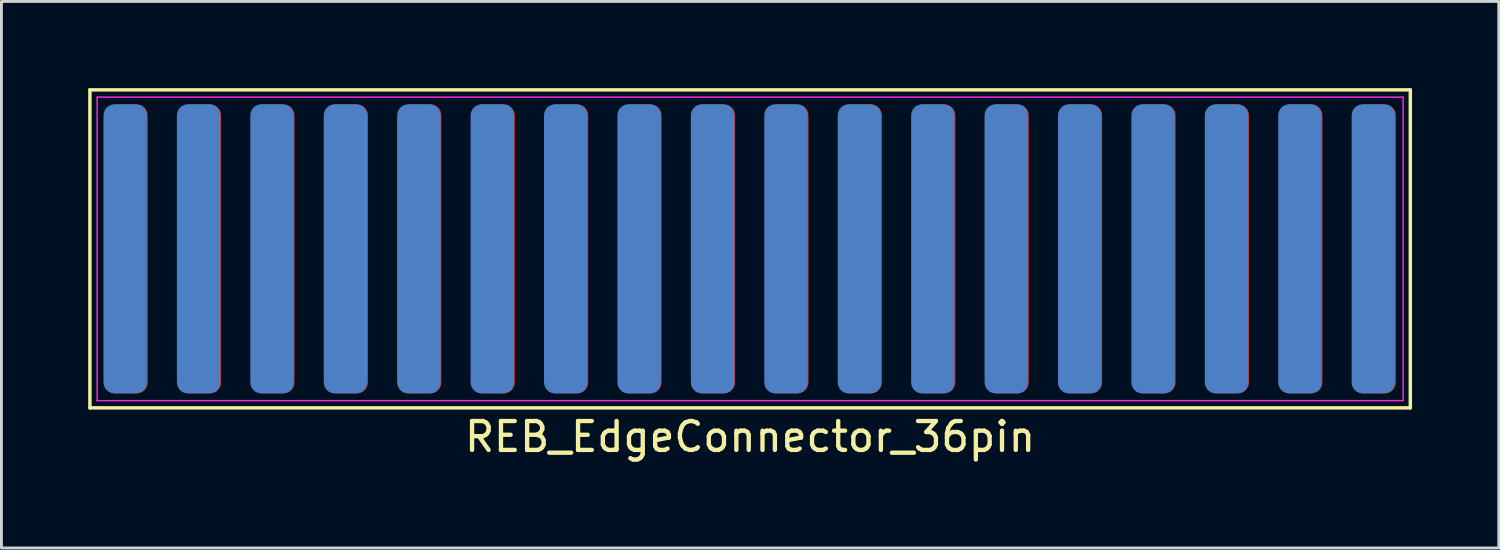
<source format=kicad_pcb>
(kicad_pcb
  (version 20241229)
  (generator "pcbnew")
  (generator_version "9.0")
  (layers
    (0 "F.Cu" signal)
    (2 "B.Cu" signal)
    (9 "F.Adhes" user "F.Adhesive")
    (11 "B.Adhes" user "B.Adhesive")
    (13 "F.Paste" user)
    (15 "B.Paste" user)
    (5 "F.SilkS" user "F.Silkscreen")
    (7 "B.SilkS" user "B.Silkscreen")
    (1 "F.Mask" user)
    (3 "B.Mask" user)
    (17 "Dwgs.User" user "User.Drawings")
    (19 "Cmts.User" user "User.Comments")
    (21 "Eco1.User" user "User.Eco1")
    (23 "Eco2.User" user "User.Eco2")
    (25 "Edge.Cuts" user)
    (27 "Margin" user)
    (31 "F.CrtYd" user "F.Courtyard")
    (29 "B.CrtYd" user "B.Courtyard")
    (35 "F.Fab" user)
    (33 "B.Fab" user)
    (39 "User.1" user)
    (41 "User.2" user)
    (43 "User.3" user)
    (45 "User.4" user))
  (footprint "REB_EdgeConnector_36pin"
    (layer "F.Cu")
    (at 22.9 5.56)
    (property "Reference" "REB_EdgeConnector_36pin" (at 0 6.5 0) (layer "F.SilkS") (effects (font (size 1 1) (thickness 0.15))))
    (fp_line (start -22.84 -5.5) (end 22.84 -5.5) (stroke (width 0.12) (type solid)) (layer "F.SilkS"))
    (fp_line (start -22.84 5.5) (end -22.84 -5.5) (stroke (width 0.12) (type solid)) (layer "F.SilkS"))
    (fp_line (start 22.84 -5.5) (end 22.84 5.5) (stroke (width 0.12) (type solid)) (layer "F.SilkS"))
    (fp_line (start 22.84 5.5) (end -22.84 5.5) (stroke (width 0.12) (type solid)) (layer "F.SilkS"))
    (fp_line (start -22.59 -5.25) (end 22.59 -5.25) (stroke (width 0.05) (type solid)) (layer "F.CrtYd"))
    (fp_line (start -22.59 5.25) (end -22.59 -5.25) (stroke (width 0.05) (type solid)) (layer "F.CrtYd"))
    (fp_line (start 22.59 -5.25) (end 22.59 5.25) (stroke (width 0.05) (type solid)) (layer "F.CrtYd"))
    (fp_line (start 22.59 5.25) (end -22.59 5.25) (stroke (width 0.05) (type solid)) (layer "F.CrtYd"))
    (pad "1" connect roundrect (at -21.59 0) (size 1.5 10) (layers "F.Cu" "F.Mask") (roundrect_rratio 0.25))
    (pad "2" connect roundrect (at -19.05 0) (size 1.5 10) (layers "F.Cu" "F.Mask") (roundrect_rratio 0.25))
    (pad "3" connect roundrect (at -16.51 0) (size 1.5 10) (layers "F.Cu" "F.Mask") (roundrect_rratio 0.25))
    (pad "4" connect roundrect (at -13.97 0) (size 1.5 10) (layers "F.Cu" "F.Mask") (roundrect_rratio 0.25))
    (pad "5" connect roundrect (at -11.43 0) (size 1.5 10) (layers "F.Cu" "F.Mask") (roundrect_rratio 0.25))
    (pad "6" connect roundrect (at -8.89 0) (size 1.5 10) (layers "F.Cu" "F.Mask") (roundrect_rratio 0.25))
    (pad "7" connect roundrect (at -6.35 0) (size 1.5 10) (layers "F.Cu" "F.Mask") (roundrect_rratio 0.25))
    (pad "8" connect roundrect (at -3.81 0) (size 1.5 10) (layers "F.Cu" "F.Mask") (roundrect_rratio 0.25))
    (pad "9" connect roundrect (at -1.27 0) (size 1.5 10) (layers "F.Cu" "F.Mask") (roundrect_rratio 0.25))
    (pad "10" connect roundrect (at 1.27 0) (size 1.5 10) (layers "F.Cu" "F.Mask") (roundrect_rratio 0.25))
    (pad "11" connect roundrect (at 3.81 0) (size 1.5 10) (layers "F.Cu" "F.Mask") (roundrect_rratio 0.25))
    (pad "12" connect roundrect (at 6.35 0) (size 1.5 10) (layers "F.Cu" "F.Mask") (roundrect_rratio 0.25))
    (pad "13" connect roundrect (at 8.89 0) (size 1.5 10) (layers "F.Cu" "F.Mask") (roundrect_rratio 0.25))
    (pad "14" connect roundrect (at 11.43 0) (size 1.5 10) (layers "F.Cu" "F.Mask") (roundrect_rratio 0.25))
    (pad "15" connect roundrect (at 13.97 0) (size 1.5 10) (layers "F.Cu" "F.Mask") (roundrect_rratio 0.25))
    (pad "16" connect roundrect (at 16.51 0) (size 1.5 10) (layers "F.Cu" "F.Mask") (roundrect_rratio 0.25))
    (pad "17" connect roundrect (at 19.05 0) (size 1.5 10) (layers "F.Cu" "F.Mask") (roundrect_rratio 0.25))
    (pad "18" connect roundrect (at 21.59 0) (size 1.5 10) (layers "F.Cu" "F.Mask") (roundrect_rratio 0.25))
    (pad "19" connect roundrect (at -21.62 0) (size 1.5 10) (layers "B.Cu" "B.Mask") (roundrect_rratio 0.25))
    (pad "20" connect roundrect (at -19.08 0) (size 1.5 10) (layers "B.Cu" "B.Mask") (roundrect_rratio 0.25))
    (pad "21" connect roundrect (at -16.54 0) (size 1.5 10) (layers "B.Cu" "B.Mask") (roundrect_rratio 0.25))
    (pad "22" connect roundrect (at -14 0) (size 1.5 10) (layers "B.Cu" "B.Mask") (roundrect_rratio 0.25))
    (pad "23" connect roundrect (at -11.46 0) (size 1.5 10) (layers "B.Cu" "B.Mask") (roundrect_rratio 0.25))
    (pad "24" connect roundrect (at -8.92 0) (size 1.5 10) (layers "B.Cu" "B.Mask") (roundrect_rratio 0.25))
    (pad "25" connect roundrect (at -6.38 0) (size 1.5 10) (layers "B.Cu" "B.Mask") (roundrect_rratio 0.25))
    (pad "26" connect roundrect (at -3.84 0) (size 1.5 10) (layers "B.Cu" "B.Mask") (roundrect_rratio 0.25))
    (pad "27" connect roundrect (at -1.3 0) (size 1.5 10) (layers "B.Cu" "B.Mask") (roundrect_rratio 0.25))
    (pad "28" connect roundrect (at 1.24 0) (size 1.5 10) (layers "B.Cu" "B.Mask") (roundrect_rratio 0.25))
    (pad "29" connect roundrect (at 3.78 0) (size 1.5 10) (layers "B.Cu" "B.Mask") (roundrect_rratio 0.25))
    (pad "30" connect roundrect (at 6.32 0) (size 1.5 10) (layers "B.Cu" "B.Mask") (roundrect_rratio 0.25))
    (pad "31" connect roundrect (at 8.86 0) (size 1.5 10) (layers "B.Cu" "B.Mask") (roundrect_rratio 0.25))
    (pad "32" connect roundrect (at 11.4 0) (size 1.5 10) (layers "B.Cu" "B.Mask") (roundrect_rratio 0.25))
    (pad "33" connect roundrect (at 13.94 0) (size 1.5 10) (layers "B.Cu" "B.Mask") (roundrect_rratio 0.25))
    (pad "34" connect roundrect (at 16.48 0) (size 1.5 10) (layers "B.Cu" "B.Mask") (roundrect_rratio 0.25))
    (pad "35" connect roundrect (at 19.02 0) (size 1.5 10) (layers "B.Cu" "B.Mask") (roundrect_rratio 0.25))
    (pad "36" connect roundrect (at 21.56 0) (size 1.5 10) (layers "B.Cu" "B.Mask") (roundrect_rratio 0.25)))
  (gr_rect
    (start -3 -3)
    (end 48.8 15.908)
    (stroke (width 0.1) (type default))
    (fill no)
    (layer "Edge.Cuts")))
</source>
